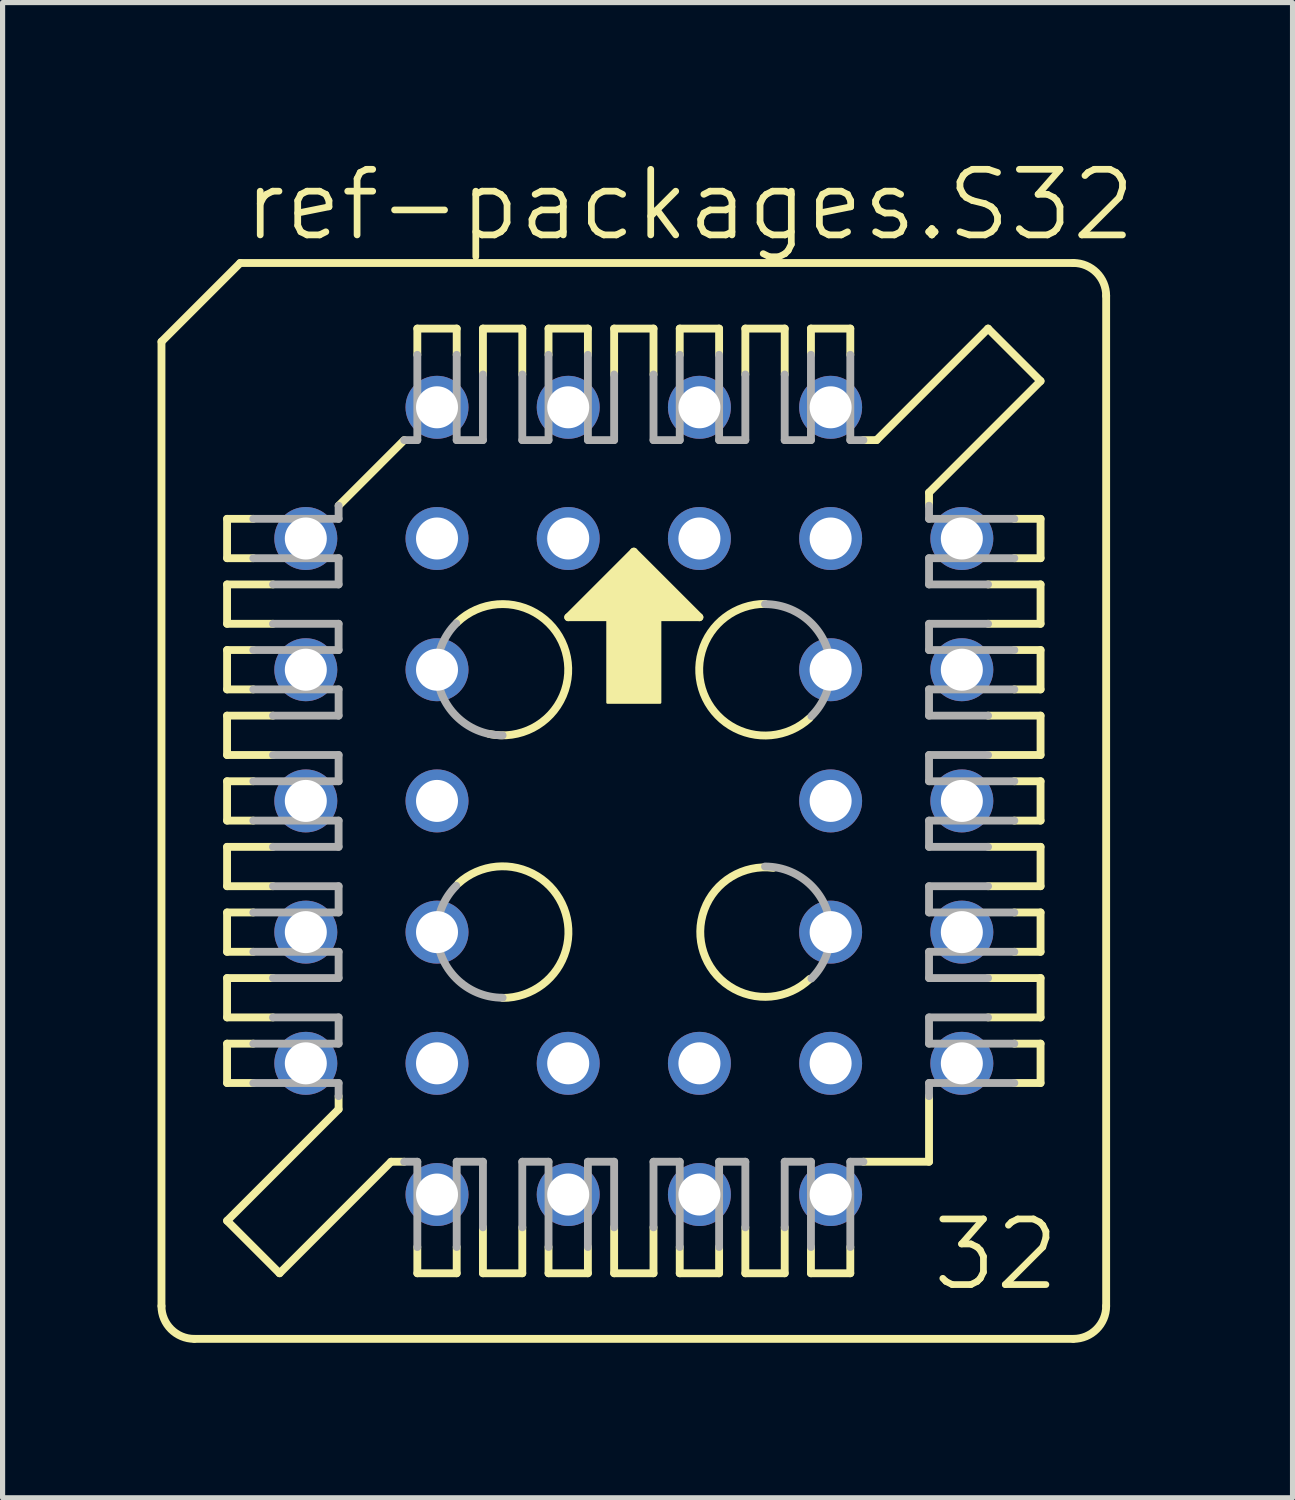
<source format=kicad_pcb>
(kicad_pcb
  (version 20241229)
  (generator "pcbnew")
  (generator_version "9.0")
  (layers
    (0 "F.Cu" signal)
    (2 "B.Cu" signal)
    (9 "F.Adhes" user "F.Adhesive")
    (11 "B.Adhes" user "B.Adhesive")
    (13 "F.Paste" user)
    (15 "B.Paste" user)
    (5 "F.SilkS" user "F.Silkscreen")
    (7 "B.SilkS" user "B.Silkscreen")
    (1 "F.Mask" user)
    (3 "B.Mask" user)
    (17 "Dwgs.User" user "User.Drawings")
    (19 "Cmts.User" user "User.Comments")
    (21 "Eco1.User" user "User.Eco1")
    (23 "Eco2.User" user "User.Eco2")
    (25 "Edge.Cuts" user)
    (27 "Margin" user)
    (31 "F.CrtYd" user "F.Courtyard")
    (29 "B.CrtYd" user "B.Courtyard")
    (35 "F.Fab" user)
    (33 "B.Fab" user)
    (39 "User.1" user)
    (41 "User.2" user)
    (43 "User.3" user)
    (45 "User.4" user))
  (footprint "ref-packages.S32"
    (layer "F.Cu")
    (at 9.22 12.455)
    (property "Reference" "ref-packages.S32" (at -7.62 -10.795 0) (layer "F.SilkS") (effects (font (size 1.27 1.27) (thickness 0.13)) (justify left bottom)))
    (attr through_hole)
    (fp_line (start -9.144 -8.89) (end -9.144 9.779) (stroke (width 0.152) (type default)) (layer "F.SilkS"))
    (fp_line (start -7.874 -5.461) (end -7.366 -5.461) (stroke (width 0.152) (type default)) (layer "F.SilkS"))
    (fp_line (start -7.874 -4.699) (end -7.874 -5.461) (stroke (width 0.152) (type default)) (layer "F.SilkS"))
    (fp_line (start -7.874 -4.191) (end -6.985 -4.191) (stroke (width 0.152) (type default)) (layer "F.SilkS"))
    (fp_line (start -7.874 -3.429) (end -7.874 -4.191) (stroke (width 0.152) (type default)) (layer "F.SilkS"))
    (fp_line (start -7.874 -2.921) (end -7.366 -2.921) (stroke (width 0.152) (type default)) (layer "F.SilkS"))
    (fp_line (start -7.874 -2.159) (end -7.874 -2.921) (stroke (width 0.152) (type default)) (layer "F.SilkS"))
    (fp_line (start -7.874 -1.651) (end -6.985 -1.651) (stroke (width 0.152) (type default)) (layer "F.SilkS"))
    (fp_line (start -7.874 -0.889) (end -7.874 -1.651) (stroke (width 0.152) (type default)) (layer "F.SilkS"))
    (fp_line (start -7.874 -0.381) (end -7.366 -0.381) (stroke (width 0.152) (type default)) (layer "F.SilkS"))
    (fp_line (start -7.874 0.381) (end -7.874 -0.381) (stroke (width 0.152) (type default)) (layer "F.SilkS"))
    (fp_line (start -7.874 0.889) (end -6.985 0.889) (stroke (width 0.152) (type default)) (layer "F.SilkS"))
    (fp_line (start -7.874 1.651) (end -7.874 0.889) (stroke (width 0.152) (type default)) (layer "F.SilkS"))
    (fp_line (start -7.874 2.159) (end -7.366 2.159) (stroke (width 0.152) (type default)) (layer "F.SilkS"))
    (fp_line (start -7.874 2.921) (end -7.874 2.159) (stroke (width 0.152) (type default)) (layer "F.SilkS"))
    (fp_line (start -7.874 3.429) (end -6.985 3.429) (stroke (width 0.152) (type default)) (layer "F.SilkS"))
    (fp_line (start -7.874 4.191) (end -7.874 3.429) (stroke (width 0.152) (type default)) (layer "F.SilkS"))
    (fp_line (start -7.874 4.699) (end -7.366 4.699) (stroke (width 0.152) (type default)) (layer "F.SilkS"))
    (fp_line (start -7.874 5.461) (end -7.874 4.699) (stroke (width 0.152) (type default)) (layer "F.SilkS"))
    (fp_line (start -7.874 8.128) (end -5.715 5.969) (stroke (width 0.152) (type default)) (layer "F.SilkS"))
    (fp_line (start -7.62 -10.414) (end -9.144 -8.89) (stroke (width 0.152) (type default)) (layer "F.SilkS"))
    (fp_line (start -7.366 -4.699) (end -7.874 -4.699) (stroke (width 0.152) (type default)) (layer "F.SilkS"))
    (fp_line (start -7.366 -2.159) (end -7.874 -2.159) (stroke (width 0.152) (type default)) (layer "F.SilkS"))
    (fp_line (start -7.366 0.381) (end -7.874 0.381) (stroke (width 0.152) (type default)) (layer "F.SilkS"))
    (fp_line (start -7.366 2.921) (end -7.874 2.921) (stroke (width 0.152) (type default)) (layer "F.SilkS"))
    (fp_line (start -7.366 5.461) (end -7.874 5.461) (stroke (width 0.152) (type default)) (layer "F.SilkS"))
    (fp_line (start -6.985 -3.429) (end -7.874 -3.429) (stroke (width 0.152) (type default)) (layer "F.SilkS"))
    (fp_line (start -6.985 -0.889) (end -7.874 -0.889) (stroke (width 0.152) (type default)) (layer "F.SilkS"))
    (fp_line (start -6.985 1.651) (end -7.874 1.651) (stroke (width 0.152) (type default)) (layer "F.SilkS"))
    (fp_line (start -6.985 4.191) (end -7.874 4.191) (stroke (width 0.152) (type default)) (layer "F.SilkS"))
    (fp_line (start -6.858 9.144) (end -7.874 8.128) (stroke (width 0.152) (type default)) (layer "F.SilkS"))
    (fp_line (start -6.858 9.144) (end -4.699 6.985) (stroke (width 0.152) (type default)) (layer "F.SilkS"))
    (fp_line (start -5.715 -5.715) (end -4.445 -6.985) (stroke (width 0.152) (type default)) (layer "F.SilkS"))
    (fp_line (start -5.715 5.969) (end -5.715 5.715) (stroke (width 0.152) (type default)) (layer "F.SilkS"))
    (fp_line (start -4.699 6.985) (end -4.445 6.985) (stroke (width 0.152) (type default)) (layer "F.SilkS"))
    (fp_line (start -4.191 -9.144) (end -4.191 -8.636) (stroke (width 0.152) (type default)) (layer "F.SilkS"))
    (fp_line (start -4.191 8.636) (end -4.191 9.144) (stroke (width 0.152) (type default)) (layer "F.SilkS"))
    (fp_line (start -4.191 9.144) (end -3.429 9.144) (stroke (width 0.152) (type default)) (layer "F.SilkS"))
    (fp_line (start -3.429 -9.144) (end -4.191 -9.144) (stroke (width 0.152) (type default)) (layer "F.SilkS"))
    (fp_line (start -3.429 -8.636) (end -3.429 -9.144) (stroke (width 0.152) (type default)) (layer "F.SilkS"))
    (fp_line (start -3.429 9.144) (end -3.429 8.636) (stroke (width 0.152) (type default)) (layer "F.SilkS"))
    (fp_line (start -2.921 -9.144) (end -2.921 -8.255) (stroke (width 0.152) (type default)) (layer "F.SilkS"))
    (fp_line (start -2.921 8.255) (end -2.921 9.144) (stroke (width 0.152) (type default)) (layer "F.SilkS"))
    (fp_line (start -2.921 9.144) (end -2.159 9.144) (stroke (width 0.152) (type default)) (layer "F.SilkS"))
    (fp_line (start -2.159 -9.144) (end -2.921 -9.144) (stroke (width 0.152) (type default)) (layer "F.SilkS"))
    (fp_line (start -2.159 -8.255) (end -2.159 -9.144) (stroke (width 0.152) (type default)) (layer "F.SilkS"))
    (fp_line (start -2.159 9.144) (end -2.159 8.255) (stroke (width 0.152) (type default)) (layer "F.SilkS"))
    (fp_line (start -1.651 -9.144) (end -1.651 -8.636) (stroke (width 0.152) (type default)) (layer "F.SilkS"))
    (fp_line (start -1.651 8.636) (end -1.651 9.144) (stroke (width 0.152) (type default)) (layer "F.SilkS"))
    (fp_line (start -1.651 9.144) (end -0.889 9.144) (stroke (width 0.152) (type default)) (layer "F.SilkS"))
    (fp_line (start -1.27 -3.556) (end 1.27 -3.556) (stroke (width 0.152) (type default)) (layer "F.SilkS"))
    (fp_line (start -0.889 -9.144) (end -1.651 -9.144) (stroke (width 0.152) (type default)) (layer "F.SilkS"))
    (fp_line (start -0.889 -8.636) (end -0.889 -9.144) (stroke (width 0.152) (type default)) (layer "F.SilkS"))
    (fp_line (start -0.889 9.144) (end -0.889 8.636) (stroke (width 0.152) (type default)) (layer "F.SilkS"))
    (fp_line (start -0.381 -9.144) (end -0.381 -8.255) (stroke (width 0.152) (type default)) (layer "F.SilkS"))
    (fp_line (start -0.381 8.255) (end -0.381 9.144) (stroke (width 0.152) (type default)) (layer "F.SilkS"))
    (fp_line (start -0.381 9.144) (end 0.381 9.144) (stroke (width 0.152) (type default)) (layer "F.SilkS"))
    (fp_line (start 0 -4.826) (end -1.27 -3.556) (stroke (width 0.152) (type default)) (layer "F.SilkS"))
    (fp_line (start 0.381 -9.144) (end -0.381 -9.144) (stroke (width 0.152) (type default)) (layer "F.SilkS"))
    (fp_line (start 0.381 -8.255) (end 0.381 -9.144) (stroke (width 0.152) (type default)) (layer "F.SilkS"))
    (fp_line (start 0.381 9.144) (end 0.381 8.255) (stroke (width 0.152) (type default)) (layer "F.SilkS"))
    (fp_line (start 0.889 -9.144) (end 0.889 -8.636) (stroke (width 0.152) (type default)) (layer "F.SilkS"))
    (fp_line (start 0.889 8.636) (end 0.889 9.144) (stroke (width 0.152) (type default)) (layer "F.SilkS"))
    (fp_line (start 0.889 9.144) (end 1.651 9.144) (stroke (width 0.152) (type default)) (layer "F.SilkS"))
    (fp_line (start 1.27 -3.556) (end 0 -4.826) (stroke (width 0.152) (type default)) (layer "F.SilkS"))
    (fp_line (start 1.651 -9.144) (end 0.889 -9.144) (stroke (width 0.152) (type default)) (layer "F.SilkS"))
    (fp_line (start 1.651 -8.636) (end 1.651 -9.144) (stroke (width 0.152) (type default)) (layer "F.SilkS"))
    (fp_line (start 1.651 9.144) (end 1.651 8.636) (stroke (width 0.152) (type default)) (layer "F.SilkS"))
    (fp_line (start 2.159 -9.144) (end 2.159 -8.255) (stroke (width 0.152) (type default)) (layer "F.SilkS"))
    (fp_line (start 2.159 8.255) (end 2.159 9.144) (stroke (width 0.152) (type default)) (layer "F.SilkS"))
    (fp_line (start 2.159 9.144) (end 2.921 9.144) (stroke (width 0.152) (type default)) (layer "F.SilkS"))
    (fp_line (start 2.921 -9.144) (end 2.159 -9.144) (stroke (width 0.152) (type default)) (layer "F.SilkS"))
    (fp_line (start 2.921 -8.255) (end 2.921 -9.144) (stroke (width 0.152) (type default)) (layer "F.SilkS"))
    (fp_line (start 2.921 9.144) (end 2.921 8.255) (stroke (width 0.152) (type default)) (layer "F.SilkS"))
    (fp_line (start 3.429 -9.144) (end 3.429 -8.636) (stroke (width 0.152) (type default)) (layer "F.SilkS"))
    (fp_line (start 3.429 8.636) (end 3.429 9.144) (stroke (width 0.152) (type default)) (layer "F.SilkS"))
    (fp_line (start 3.429 9.144) (end 4.191 9.144) (stroke (width 0.152) (type default)) (layer "F.SilkS"))
    (fp_line (start 4.191 -9.144) (end 3.429 -9.144) (stroke (width 0.152) (type default)) (layer "F.SilkS"))
    (fp_line (start 4.191 -8.636) (end 4.191 -9.144) (stroke (width 0.152) (type default)) (layer "F.SilkS"))
    (fp_line (start 4.191 9.144) (end 4.191 8.636) (stroke (width 0.152) (type default)) (layer "F.SilkS"))
    (fp_line (start 4.445 6.985) (end 5.715 6.985) (stroke (width 0.152) (type default)) (layer "F.SilkS"))
    (fp_line (start 4.699 -6.985) (end 4.445 -6.985) (stroke (width 0.152) (type default)) (layer "F.SilkS"))
    (fp_line (start 5.715 -5.969) (end 5.715 -5.715) (stroke (width 0.152) (type default)) (layer "F.SilkS"))
    (fp_line (start 5.715 5.715) (end 5.715 6.985) (stroke (width 0.152) (type default)) (layer "F.SilkS"))
    (fp_line (start 6.858 -9.144) (end 4.699 -6.985) (stroke (width 0.152) (type default)) (layer "F.SilkS"))
    (fp_line (start 6.858 -4.191) (end 7.874 -4.191) (stroke (width 0.152) (type default)) (layer "F.SilkS"))
    (fp_line (start 6.858 -1.651) (end 7.874 -1.651) (stroke (width 0.152) (type default)) (layer "F.SilkS"))
    (fp_line (start 6.858 0.889) (end 7.874 0.889) (stroke (width 0.152) (type default)) (layer "F.SilkS"))
    (fp_line (start 6.858 3.429) (end 7.874 3.429) (stroke (width 0.152) (type default)) (layer "F.SilkS"))
    (fp_line (start 7.366 -5.461) (end 7.874 -5.461) (stroke (width 0.152) (type default)) (layer "F.SilkS"))
    (fp_line (start 7.366 -2.921) (end 7.874 -2.921) (stroke (width 0.152) (type default)) (layer "F.SilkS"))
    (fp_line (start 7.366 -0.381) (end 7.874 -0.381) (stroke (width 0.152) (type default)) (layer "F.SilkS"))
    (fp_line (start 7.366 2.159) (end 7.874 2.159) (stroke (width 0.152) (type default)) (layer "F.SilkS"))
    (fp_line (start 7.366 4.699) (end 7.874 4.699) (stroke (width 0.152) (type default)) (layer "F.SilkS"))
    (fp_line (start 7.874 -8.128) (end 5.715 -5.969) (stroke (width 0.152) (type default)) (layer "F.SilkS"))
    (fp_line (start 7.874 -8.128) (end 6.858 -9.144) (stroke (width 0.152) (type default)) (layer "F.SilkS"))
    (fp_line (start 7.874 -5.461) (end 7.874 -4.699) (stroke (width 0.152) (type default)) (layer "F.SilkS"))
    (fp_line (start 7.874 -4.699) (end 7.366 -4.699) (stroke (width 0.152) (type default)) (layer "F.SilkS"))
    (fp_line (start 7.874 -4.191) (end 7.874 -3.429) (stroke (width 0.152) (type default)) (layer "F.SilkS"))
    (fp_line (start 7.874 -3.429) (end 6.858 -3.429) (stroke (width 0.152) (type default)) (layer "F.SilkS"))
    (fp_line (start 7.874 -2.921) (end 7.874 -2.159) (stroke (width 0.152) (type default)) (layer "F.SilkS"))
    (fp_line (start 7.874 -2.159) (end 7.366 -2.159) (stroke (width 0.152) (type default)) (layer "F.SilkS"))
    (fp_line (start 7.874 -1.651) (end 7.874 -0.889) (stroke (width 0.152) (type default)) (layer "F.SilkS"))
    (fp_line (start 7.874 -0.889) (end 6.858 -0.889) (stroke (width 0.152) (type default)) (layer "F.SilkS"))
    (fp_line (start 7.874 -0.381) (end 7.874 0.381) (stroke (width 0.152) (type default)) (layer "F.SilkS"))
    (fp_line (start 7.874 0.381) (end 7.366 0.381) (stroke (width 0.152) (type default)) (layer "F.SilkS"))
    (fp_line (start 7.874 0.889) (end 7.874 1.651) (stroke (width 0.152) (type default)) (layer "F.SilkS"))
    (fp_line (start 7.874 1.651) (end 6.858 1.651) (stroke (width 0.152) (type default)) (layer "F.SilkS"))
    (fp_line (start 7.874 2.159) (end 7.874 2.921) (stroke (width 0.152) (type default)) (layer "F.SilkS"))
    (fp_line (start 7.874 2.921) (end 7.366 2.921) (stroke (width 0.152) (type default)) (layer "F.SilkS"))
    (fp_line (start 7.874 3.429) (end 7.874 4.191) (stroke (width 0.152) (type default)) (layer "F.SilkS"))
    (fp_line (start 7.874 4.191) (end 6.858 4.191) (stroke (width 0.152) (type default)) (layer "F.SilkS"))
    (fp_line (start 7.874 4.699) (end 7.874 5.461) (stroke (width 0.152) (type default)) (layer "F.SilkS"))
    (fp_line (start 7.874 5.461) (end 7.366 5.461) (stroke (width 0.152) (type default)) (layer "F.SilkS"))
    (fp_line (start 8.509 -10.414) (end -7.62 -10.414) (stroke (width 0.152) (type default)) (layer "F.SilkS"))
    (fp_line (start 8.509 10.414) (end -8.509 10.414) (stroke (width 0.152) (type default)) (layer "F.SilkS"))
    (fp_line (start 9.144 9.779) (end 9.144 -9.779) (stroke (width 0.152) (type default)) (layer "F.SilkS"))
    (fp_rect (start -1.143 -3.556) (end -0.889 -3.683) (stroke (width 0.05) (type default)) (fill yes) (layer "F.SilkS"))
    (fp_rect (start -1.016 -3.683) (end -0.889 -3.81) (stroke (width 0.05) (type default)) (fill yes) (layer "F.SilkS"))
    (fp_rect (start -0.889 -3.556) (end 0.889 -3.937) (stroke (width 0.05) (type default)) (fill yes) (layer "F.SilkS"))
    (fp_rect (start -0.762 -3.937) (end -0.635 -4.064) (stroke (width 0.05) (type default)) (fill yes) (layer "F.SilkS"))
    (fp_rect (start -0.635 -3.937) (end 0.635 -4.191) (stroke (width 0.05) (type default)) (fill yes) (layer "F.SilkS"))
    (fp_rect (start -0.508 -4.191) (end -0.381 -4.318) (stroke (width 0.05) (type default)) (fill yes) (layer "F.SilkS"))
    (fp_rect (start -0.508 -1.905) (end 0.508 -3.81) (stroke (width 0.05) (type default)) (fill yes) (layer "F.SilkS"))
    (fp_rect (start -0.381 -4.191) (end 0.381 -4.445) (stroke (width 0.05) (type default)) (fill yes) (layer "F.SilkS"))
    (fp_rect (start -0.254 -4.445) (end -0.127 -4.572) (stroke (width 0.05) (type default)) (fill yes) (layer "F.SilkS"))
    (fp_rect (start -0.127 -4.445) (end 0.127 -4.699) (stroke (width 0.05) (type default)) (fill yes) (layer "F.SilkS"))
    (fp_rect (start 0.127 -4.445) (end 0.254 -4.572) (stroke (width 0.05) (type default)) (fill yes) (layer "F.SilkS"))
    (fp_rect (start 0.381 -4.191) (end 0.508 -4.318) (stroke (width 0.05) (type default)) (fill yes) (layer "F.SilkS"))
    (fp_rect (start 0.635 -3.937) (end 0.762 -4.064) (stroke (width 0.05) (type default)) (fill yes) (layer "F.SilkS"))
    (fp_rect (start 0.889 -3.683) (end 1.016 -3.81) (stroke (width 0.05) (type default)) (fill yes) (layer "F.SilkS"))
    (fp_rect (start 0.889 -3.556) (end 1.143 -3.683) (stroke (width 0.05) (type default)) (fill yes) (layer "F.SilkS"))
    (fp_arc (start -8.509 10.414) (mid -8.958013 10.228013) (end -9.144 9.779) (stroke (width 0.1524) (type default)) (layer "F.SilkS"))
    (fp_arc (start -3.418596 -3.457422) (mid -1.318633 -2.889401) (end -2.8 -1.296277) (stroke (width 0.1524) (type default)) (layer "F.SilkS"))
    (fp_arc (start -3.4 1.6) (mid -1.352379 2.078723) (end -2.54 3.814085) (stroke (width 0.1524) (type default)) (layer "F.SilkS"))
    (fp_arc (start 3.4 -1.6) (mid 1.35238 -2.078722) (end 2.54 -3.814083) (stroke (width 0.1524) (type default)) (layer "F.SilkS"))
    (fp_arc (start 3.40709 3.445203) (mid 1.34919 2.931667) (end 2.7 1.296434) (stroke (width 0.1524) (type default)) (layer "F.SilkS"))
    (fp_arc (start 8.509 -10.414) (mid 8.958013 -10.228013) (end 9.144 -9.779) (stroke (width 0.1524) (type default)) (layer "F.SilkS"))
    (fp_arc (start 9.144 9.779) (mid 8.958013 10.228013) (end 8.509 10.414) (stroke (width 0.1524) (type default)) (layer "F.SilkS"))
    (fp_line (start -7.366 -4.699) (end -5.715 -4.699) (stroke (width 0.152) (type default)) (layer "F.Fab"))
    (fp_line (start -7.366 -2.159) (end -5.715 -2.159) (stroke (width 0.152) (type default)) (layer "F.Fab"))
    (fp_line (start -7.366 0.381) (end -5.715 0.381) (stroke (width 0.152) (type default)) (layer "F.Fab"))
    (fp_line (start -7.366 2.921) (end -5.715 2.921) (stroke (width 0.152) (type default)) (layer "F.Fab"))
    (fp_line (start -7.366 5.461) (end -5.715 5.461) (stroke (width 0.152) (type default)) (layer "F.Fab"))
    (fp_line (start -6.985 -3.429) (end -5.715 -3.429) (stroke (width 0.152) (type default)) (layer "F.Fab"))
    (fp_line (start -6.985 -0.889) (end -5.715 -0.889) (stroke (width 0.152) (type default)) (layer "F.Fab"))
    (fp_line (start -6.985 1.651) (end -5.715 1.651) (stroke (width 0.152) (type default)) (layer "F.Fab"))
    (fp_line (start -6.985 4.191) (end -5.715 4.191) (stroke (width 0.152) (type default)) (layer "F.Fab"))
    (fp_line (start -5.715 -5.461) (end -7.366 -5.461) (stroke (width 0.152) (type default)) (layer "F.Fab"))
    (fp_line (start -5.715 -5.461) (end -5.715 -5.715) (stroke (width 0.152) (type default)) (layer "F.Fab"))
    (fp_line (start -5.715 -4.191) (end -6.985 -4.191) (stroke (width 0.152) (type default)) (layer "F.Fab"))
    (fp_line (start -5.715 -4.191) (end -5.715 -4.699) (stroke (width 0.152) (type default)) (layer "F.Fab"))
    (fp_line (start -5.715 -2.921) (end -7.366 -2.921) (stroke (width 0.152) (type default)) (layer "F.Fab"))
    (fp_line (start -5.715 -2.921) (end -5.715 -3.429) (stroke (width 0.152) (type default)) (layer "F.Fab"))
    (fp_line (start -5.715 -1.651) (end -6.985 -1.651) (stroke (width 0.152) (type default)) (layer "F.Fab"))
    (fp_line (start -5.715 -1.651) (end -5.715 -2.159) (stroke (width 0.152) (type default)) (layer "F.Fab"))
    (fp_line (start -5.715 -0.381) (end -7.366 -0.381) (stroke (width 0.152) (type default)) (layer "F.Fab"))
    (fp_line (start -5.715 -0.381) (end -5.715 -0.889) (stroke (width 0.152) (type default)) (layer "F.Fab"))
    (fp_line (start -5.715 0.889) (end -6.985 0.889) (stroke (width 0.152) (type default)) (layer "F.Fab"))
    (fp_line (start -5.715 0.889) (end -5.715 0.381) (stroke (width 0.152) (type default)) (layer "F.Fab"))
    (fp_line (start -5.715 2.159) (end -7.366 2.159) (stroke (width 0.152) (type default)) (layer "F.Fab"))
    (fp_line (start -5.715 2.159) (end -5.715 1.651) (stroke (width 0.152) (type default)) (layer "F.Fab"))
    (fp_line (start -5.715 3.429) (end -6.985 3.429) (stroke (width 0.152) (type default)) (layer "F.Fab"))
    (fp_line (start -5.715 3.429) (end -5.715 2.921) (stroke (width 0.152) (type default)) (layer "F.Fab"))
    (fp_line (start -5.715 4.699) (end -7.366 4.699) (stroke (width 0.152) (type default)) (layer "F.Fab"))
    (fp_line (start -5.715 4.699) (end -5.715 4.191) (stroke (width 0.152) (type default)) (layer "F.Fab"))
    (fp_line (start -5.715 5.715) (end -5.715 5.461) (stroke (width 0.152) (type default)) (layer "F.Fab"))
    (fp_line (start -4.191 -6.985) (end -4.445 -6.985) (stroke (width 0.152) (type default)) (layer "F.Fab"))
    (fp_line (start -4.191 -6.985) (end -4.191 -8.636) (stroke (width 0.152) (type default)) (layer "F.Fab"))
    (fp_line (start -4.191 6.985) (end -4.445 6.985) (stroke (width 0.152) (type default)) (layer "F.Fab"))
    (fp_line (start -4.191 8.636) (end -4.191 6.985) (stroke (width 0.152) (type default)) (layer "F.Fab"))
    (fp_line (start -3.429 -8.636) (end -3.429 -6.985) (stroke (width 0.152) (type default)) (layer "F.Fab"))
    (fp_line (start -3.429 6.985) (end -3.429 8.636) (stroke (width 0.152) (type default)) (layer "F.Fab"))
    (fp_line (start -3.429 6.985) (end -2.921 6.985) (stroke (width 0.152) (type default)) (layer "F.Fab"))
    (fp_line (start -2.921 -6.985) (end -3.429 -6.985) (stroke (width 0.152) (type default)) (layer "F.Fab"))
    (fp_line (start -2.921 -6.985) (end -2.921 -8.255) (stroke (width 0.152) (type default)) (layer "F.Fab"))
    (fp_line (start -2.921 8.255) (end -2.921 6.985) (stroke (width 0.152) (type default)) (layer "F.Fab"))
    (fp_line (start -2.159 -8.255) (end -2.159 -6.985) (stroke (width 0.152) (type default)) (layer "F.Fab"))
    (fp_line (start -2.159 6.985) (end -2.159 8.255) (stroke (width 0.152) (type default)) (layer "F.Fab"))
    (fp_line (start -2.159 6.985) (end -1.651 6.985) (stroke (width 0.152) (type default)) (layer "F.Fab"))
    (fp_line (start -1.651 -6.985) (end -2.159 -6.985) (stroke (width 0.152) (type default)) (layer "F.Fab"))
    (fp_line (start -1.651 -6.985) (end -1.651 -8.636) (stroke (width 0.152) (type default)) (layer "F.Fab"))
    (fp_line (start -1.651 8.636) (end -1.651 6.985) (stroke (width 0.152) (type default)) (layer "F.Fab"))
    (fp_line (start -0.889 -8.636) (end -0.889 -6.985) (stroke (width 0.152) (type default)) (layer "F.Fab"))
    (fp_line (start -0.889 6.985) (end -0.889 8.636) (stroke (width 0.152) (type default)) (layer "F.Fab"))
    (fp_line (start -0.889 6.985) (end -0.381 6.985) (stroke (width 0.152) (type default)) (layer "F.Fab"))
    (fp_line (start -0.381 -6.985) (end -0.889 -6.985) (stroke (width 0.152) (type default)) (layer "F.Fab"))
    (fp_line (start -0.381 -6.985) (end -0.381 -8.255) (stroke (width 0.152) (type default)) (layer "F.Fab"))
    (fp_line (start -0.381 8.255) (end -0.381 6.985) (stroke (width 0.152) (type default)) (layer "F.Fab"))
    (fp_line (start 0.381 -8.255) (end 0.381 -6.985) (stroke (width 0.152) (type default)) (layer "F.Fab"))
    (fp_line (start 0.381 6.985) (end 0.381 8.255) (stroke (width 0.152) (type default)) (layer "F.Fab"))
    (fp_line (start 0.381 6.985) (end 0.889 6.985) (stroke (width 0.152) (type default)) (layer "F.Fab"))
    (fp_line (start 0.889 -6.985) (end 0.381 -6.985) (stroke (width 0.152) (type default)) (layer "F.Fab"))
    (fp_line (start 0.889 -6.985) (end 0.889 -8.636) (stroke (width 0.152) (type default)) (layer "F.Fab"))
    (fp_line (start 0.889 8.636) (end 0.889 6.985) (stroke (width 0.152) (type default)) (layer "F.Fab"))
    (fp_line (start 1.651 -8.636) (end 1.651 -6.985) (stroke (width 0.152) (type default)) (layer "F.Fab"))
    (fp_line (start 1.651 6.985) (end 1.651 8.636) (stroke (width 0.152) (type default)) (layer "F.Fab"))
    (fp_line (start 1.651 6.985) (end 2.159 6.985) (stroke (width 0.152) (type default)) (layer "F.Fab"))
    (fp_line (start 2.159 -6.985) (end 1.651 -6.985) (stroke (width 0.152) (type default)) (layer "F.Fab"))
    (fp_line (start 2.159 -6.985) (end 2.159 -8.255) (stroke (width 0.152) (type default)) (layer "F.Fab"))
    (fp_line (start 2.159 8.255) (end 2.159 6.985) (stroke (width 0.152) (type default)) (layer "F.Fab"))
    (fp_line (start 2.921 -8.255) (end 2.921 -6.985) (stroke (width 0.152) (type default)) (layer "F.Fab"))
    (fp_line (start 2.921 6.985) (end 2.921 8.255) (stroke (width 0.152) (type default)) (layer "F.Fab"))
    (fp_line (start 2.921 6.985) (end 3.429 6.985) (stroke (width 0.152) (type default)) (layer "F.Fab"))
    (fp_line (start 3.429 -6.985) (end 2.921 -6.985) (stroke (width 0.152) (type default)) (layer "F.Fab"))
    (fp_line (start 3.429 -6.985) (end 3.429 -8.636) (stroke (width 0.152) (type default)) (layer "F.Fab"))
    (fp_line (start 3.429 8.636) (end 3.429 6.985) (stroke (width 0.152) (type default)) (layer "F.Fab"))
    (fp_line (start 4.191 -8.636) (end 4.191 -6.985) (stroke (width 0.152) (type default)) (layer "F.Fab"))
    (fp_line (start 4.191 -6.985) (end 4.445 -6.985) (stroke (width 0.152) (type default)) (layer "F.Fab"))
    (fp_line (start 4.191 6.985) (end 4.191 8.636) (stroke (width 0.152) (type default)) (layer "F.Fab"))
    (fp_line (start 4.445 6.985) (end 4.191 6.985) (stroke (width 0.152) (type default)) (layer "F.Fab"))
    (fp_line (start 5.715 -5.461) (end 5.715 -5.715) (stroke (width 0.152) (type default)) (layer "F.Fab"))
    (fp_line (start 5.715 -4.699) (end 5.715 -4.191) (stroke (width 0.152) (type default)) (layer "F.Fab"))
    (fp_line (start 5.715 -4.699) (end 7.366 -4.699) (stroke (width 0.152) (type default)) (layer "F.Fab"))
    (fp_line (start 5.715 -3.429) (end 5.715 -2.921) (stroke (width 0.152) (type default)) (layer "F.Fab"))
    (fp_line (start 5.715 -3.429) (end 6.858 -3.429) (stroke (width 0.152) (type default)) (layer "F.Fab"))
    (fp_line (start 5.715 -2.159) (end 5.715 -1.651) (stroke (width 0.152) (type default)) (layer "F.Fab"))
    (fp_line (start 5.715 -2.159) (end 7.366 -2.159) (stroke (width 0.152) (type default)) (layer "F.Fab"))
    (fp_line (start 5.715 -0.889) (end 5.715 -0.381) (stroke (width 0.152) (type default)) (layer "F.Fab"))
    (fp_line (start 5.715 -0.889) (end 6.858 -0.889) (stroke (width 0.152) (type default)) (layer "F.Fab"))
    (fp_line (start 5.715 0.381) (end 5.715 0.889) (stroke (width 0.152) (type default)) (layer "F.Fab"))
    (fp_line (start 5.715 0.381) (end 7.366 0.381) (stroke (width 0.152) (type default)) (layer "F.Fab"))
    (fp_line (start 5.715 1.651) (end 5.715 2.159) (stroke (width 0.152) (type default)) (layer "F.Fab"))
    (fp_line (start 5.715 1.651) (end 6.858 1.651) (stroke (width 0.152) (type default)) (layer "F.Fab"))
    (fp_line (start 5.715 2.921) (end 5.715 3.429) (stroke (width 0.152) (type default)) (layer "F.Fab"))
    (fp_line (start 5.715 2.921) (end 7.366 2.921) (stroke (width 0.152) (type default)) (layer "F.Fab"))
    (fp_line (start 5.715 4.191) (end 5.715 4.699) (stroke (width 0.152) (type default)) (layer "F.Fab"))
    (fp_line (start 5.715 4.191) (end 6.858 4.191) (stroke (width 0.152) (type default)) (layer "F.Fab"))
    (fp_line (start 5.715 5.461) (end 7.366 5.461) (stroke (width 0.152) (type default)) (layer "F.Fab"))
    (fp_line (start 5.715 5.715) (end 5.715 5.461) (stroke (width 0.152) (type default)) (layer "F.Fab"))
    (fp_line (start 6.858 -4.191) (end 5.715 -4.191) (stroke (width 0.152) (type default)) (layer "F.Fab"))
    (fp_line (start 6.858 -1.651) (end 5.715 -1.651) (stroke (width 0.152) (type default)) (layer "F.Fab"))
    (fp_line (start 6.858 0.889) (end 5.715 0.889) (stroke (width 0.152) (type default)) (layer "F.Fab"))
    (fp_line (start 6.858 3.429) (end 5.715 3.429) (stroke (width 0.152) (type default)) (layer "F.Fab"))
    (fp_line (start 7.366 -5.461) (end 5.715 -5.461) (stroke (width 0.152) (type default)) (layer "F.Fab"))
    (fp_line (start 7.366 -2.921) (end 5.715 -2.921) (stroke (width 0.152) (type default)) (layer "F.Fab"))
    (fp_line (start 7.366 -0.381) (end 5.715 -0.381) (stroke (width 0.152) (type default)) (layer "F.Fab"))
    (fp_line (start 7.366 2.159) (end 5.715 2.159) (stroke (width 0.152) (type default)) (layer "F.Fab"))
    (fp_line (start 7.366 4.699) (end 5.715 4.699) (stroke (width 0.152) (type default)) (layer "F.Fab"))
    (fp_arc (start -3.81 -2.54) (mid -3.71331 -3.025997) (end -3.438 -3.438) (stroke (width 0.1524) (type default)) (layer "F.Fab"))
    (fp_arc (start -3.81 2.54) (mid -3.71331 2.054003) (end -3.438 1.642) (stroke (width 0.1524) (type default)) (layer "F.Fab"))
    (fp_arc (start -2.54 -1.27) (mid -3.438026 -1.641974) (end -3.81 -2.54) (stroke (width 0.1524) (type default)) (layer "F.Fab"))
    (fp_arc (start -2.54 3.81) (mid -3.438026 3.438026) (end -3.81 2.54) (stroke (width 0.1524) (type default)) (layer "F.Fab"))
    (fp_arc (start 2.54 -3.81) (mid 3.438026 -3.438026) (end 3.81 -2.54) (stroke (width 0.1524) (type default)) (layer "F.Fab"))
    (fp_arc (start 2.54 1.27) (mid 3.438026 1.641974) (end 3.81 2.54) (stroke (width 0.1524) (type default)) (layer "F.Fab"))
    (fp_arc (start 3.81 -2.54) (mid 3.71331 -2.054003) (end 3.438 -1.642) (stroke (width 0.1524) (type default)) (layer "F.Fab"))
    (fp_arc (start 3.81 2.54) (mid 3.71331 3.025997) (end 3.438 3.438) (stroke (width 0.1524) (type default)) (layer "F.Fab"))
    (fp_text user "32" (at 5.715 9.525 0) (layer "F.SilkS") (effects (font (size 1.27 1.27) (thickness 0.13)) (justify left bottom)))
    (pad "1" thru_hole circle (at 1.27 -5.08) (size 1.219 1.219) (drill 0.813) (layers "*.Cu" "*.Mask"))
    (pad "2" thru_hole circle (at -1.27 -7.62) (size 1.219 1.219) (drill 0.813) (layers "*.Cu" "*.Mask"))
    (pad "3" thru_hole circle (at -1.27 -5.08) (size 1.219 1.219) (drill 0.813) (layers "*.Cu" "*.Mask"))
    (pad "4" thru_hole circle (at -3.81 -7.62) (size 1.219 1.219) (drill 0.813) (layers "*.Cu" "*.Mask"))
    (pad "5" thru_hole circle (at -6.35 -5.08) (size 1.219 1.219) (drill 0.813) (layers "*.Cu" "*.Mask"))
    (pad "6" thru_hole circle (at -3.81 -5.08) (size 1.219 1.219) (drill 0.813) (layers "*.Cu" "*.Mask"))
    (pad "7" thru_hole circle (at -6.35 -2.54) (size 1.219 1.219) (drill 0.813) (layers "*.Cu" "*.Mask"))
    (pad "8" thru_hole circle (at -3.81 -2.54) (size 1.219 1.219) (drill 0.813) (layers "*.Cu" "*.Mask"))
    (pad "9" thru_hole circle (at -6.35 0) (size 1.219 1.219) (drill 0.813) (layers "*.Cu" "*.Mask"))
    (pad "10" thru_hole circle (at -3.81 0) (size 1.219 1.219) (drill 0.813) (layers "*.Cu" "*.Mask"))
    (pad "11" thru_hole circle (at -6.35 2.54) (size 1.219 1.219) (drill 0.813) (layers "*.Cu" "*.Mask"))
    (pad "12" thru_hole circle (at -3.81 2.54) (size 1.219 1.219) (drill 0.813) (layers "*.Cu" "*.Mask"))
    (pad "13" thru_hole circle (at -6.35 5.08) (size 1.219 1.219) (drill 0.813) (layers "*.Cu" "*.Mask"))
    (pad "14" thru_hole circle (at -3.81 7.62) (size 1.219 1.219) (drill 0.813) (layers "*.Cu" "*.Mask"))
    (pad "15" thru_hole circle (at -3.81 5.08) (size 1.219 1.219) (drill 0.813) (layers "*.Cu" "*.Mask"))
    (pad "16" thru_hole circle (at -1.27 7.62) (size 1.219 1.219) (drill 0.813) (layers "*.Cu" "*.Mask"))
    (pad "17" thru_hole circle (at -1.27 5.08) (size 1.219 1.219) (drill 0.813) (layers "*.Cu" "*.Mask"))
    (pad "18" thru_hole circle (at 1.27 7.62) (size 1.219 1.219) (drill 0.813) (layers "*.Cu" "*.Mask"))
    (pad "19" thru_hole circle (at 1.27 5.08) (size 1.219 1.219) (drill 0.813) (layers "*.Cu" "*.Mask"))
    (pad "20" thru_hole circle (at 3.81 7.62) (size 1.219 1.219) (drill 0.813) (layers "*.Cu" "*.Mask"))
    (pad "21" thru_hole circle (at 6.35 5.08) (size 1.219 1.219) (drill 0.813) (layers "*.Cu" "*.Mask"))
    (pad "22" thru_hole circle (at 3.81 5.08) (size 1.219 1.219) (drill 0.813) (layers "*.Cu" "*.Mask"))
    (pad "23" thru_hole circle (at 6.35 2.54) (size 1.219 1.219) (drill 0.813) (layers "*.Cu" "*.Mask"))
    (pad "24" thru_hole circle (at 3.81 2.54) (size 1.219 1.219) (drill 0.813) (layers "*.Cu" "*.Mask"))
    (pad "25" thru_hole circle (at 6.35 0) (size 1.219 1.219) (drill 0.813) (layers "*.Cu" "*.Mask"))
    (pad "26" thru_hole circle (at 3.81 0) (size 1.219 1.219) (drill 0.813) (layers "*.Cu" "*.Mask"))
    (pad "27" thru_hole circle (at 6.35 -2.54) (size 1.219 1.219) (drill 0.813) (layers "*.Cu" "*.Mask"))
    (pad "28" thru_hole circle (at 3.81 -2.54) (size 1.219 1.219) (drill 0.813) (layers "*.Cu" "*.Mask"))
    (pad "29" thru_hole circle (at 6.35 -5.08) (size 1.219 1.219) (drill 0.813) (layers "*.Cu" "*.Mask"))
    (pad "30" thru_hole circle (at 3.81 -7.62) (size 1.219 1.219) (drill 0.813) (layers "*.Cu" "*.Mask"))
    (pad "31" thru_hole circle (at 3.81 -5.08) (size 1.219 1.219) (drill 0.813) (layers "*.Cu" "*.Mask"))
    (pad "32" thru_hole circle (at 1.27 -7.62) (size 1.219 1.219) (drill 0.813) (layers "*.Cu" "*.Mask")))
  (gr_rect
    (start -3 -3)
    (end 21.972 25.945)
    (stroke (width 0.1) (type default))
    (fill no)
    (layer "Edge.Cuts")))
</source>
